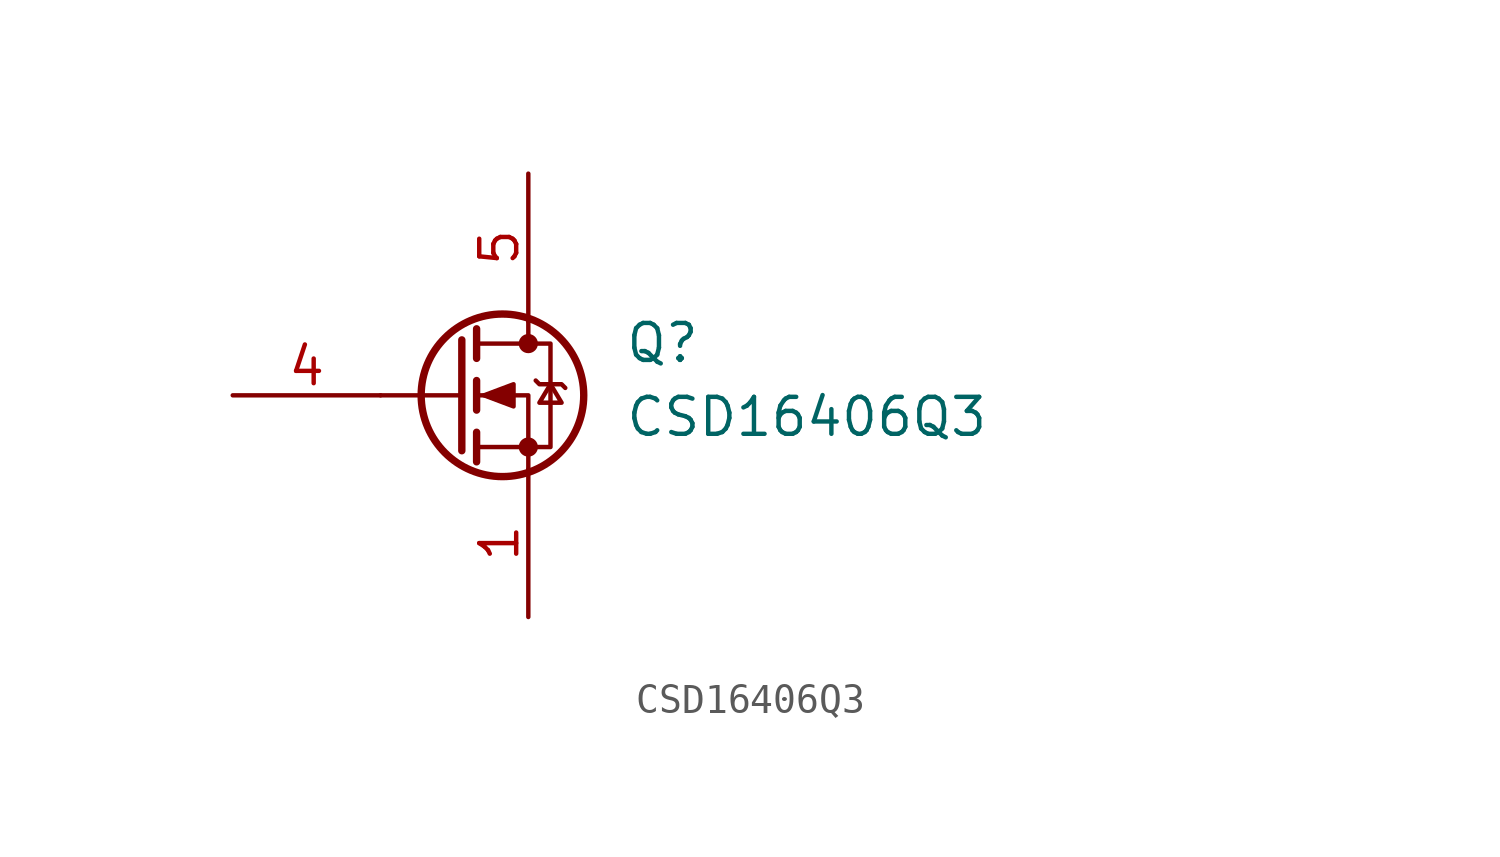
<source format=kicad_sym>
(kicad_symbol_lib
  (version 20241209)
  (generator "kicad_symbol_editor")
  (generator_version "9.0")
  (symbol "CSD16406Q3"
    (property "Reference" "Q"
      (at 3.302 2.54 0)
      (effects (font (size 1.27 1.27)) (justify left top)))
    (property "Value" "CSD16406Q3"
      (at 3.302 0 0)
      (effects (font (size 1.27 1.27)) (justify left top)))
    (symbol "CSD16406Q3_0_1"
      (polyline (pts (xy -2.286 1.905) (xy -2.286 -1.905)) (stroke (width 0.254) (type default)) (fill (type none)))
      (polyline (pts (xy -2.286 0) (xy -5.08 0)) (stroke (width 0) (type default)) (fill (type none)))
      (polyline (pts (xy -1.778 2.286) (xy -1.778 1.27)) (stroke (width 0.254) (type default)) (fill (type none)))
      (polyline (pts (xy -1.778 0.508) (xy -1.778 -0.508)) (stroke (width 0.254) (type default)) (fill (type none)))
      (polyline (pts (xy -1.778 -1.27) (xy -1.778 -2.286)) (stroke (width 0.254) (type default)) (fill (type none)))
      (polyline (pts (xy -1.778 -1.778) (xy 0.762 -1.778) (xy 0.762 1.778) (xy -1.778 1.778)) (stroke (width 0) (type default)) (fill (type none)))
      (circle (center -0.889 0) (radius 2.794) (stroke (width 0.254) (type default)) (fill (type none)))
      (polyline (pts (xy 0 2.54) (xy 0 1.778)) (stroke (width 0) (type default)) (fill (type none)))
      (circle (center 0 1.778) (radius 0.254) (stroke (width 0) (type default)) (fill (type outline)))
      (circle (center 0 -1.778) (radius 0.254) (stroke (width 0) (type default)) (fill (type outline)))
      (polyline (pts (xy 0 -2.54) (xy 0 0) (xy -1.778 0)) (stroke (width 0) (type default)) (fill (type none))))
    (symbol "CSD16406Q3_1_1"
      (polyline (pts (xy -1.524 0) (xy -0.508 0.381) (xy -0.508 -0.381) (xy -1.524 0)) (stroke (width 0) (type default)) (fill (type outline)))
      (polyline (pts (xy 0.254 0.508) (xy 0.381 0.381) (xy 1.143 0.381) (xy 1.27 0.254)) (stroke (width 0) (type default)) (fill (type none)))
      (polyline (pts (xy 0.762 0.381) (xy 0.381 -0.254) (xy 1.143 -0.254) (xy 0.762 0.381)) (stroke (width 0) (type default)) (fill (type none)))
      (pin passive line (at -10.16 0 0) (length 5.08) (name "" (effects (font (size 1.27 1.27)))) (number "4" (effects (font (size 1.27 1.27)))))
      (pin passive line (at 0 7.62 270) (length 5.08) (name "" (effects (font (size 1.27 1.27)))) (number "5" (effects (font (size 1.27 1.27)))))
      (pin passive line (at 0 -7.62 90) (length 5.08) (name "" (effects (font (size 1.27 1.27)))) (number "1" (effects (font (size 1.27 1.27)))))
      (pin passive line (at 0 -7.62 90) (length 5.08) (hide yes) (name "S_2" (effects (font (size 1.27 1.27)))) (number "2" (effects (font (size 1.27 1.27)))))
      (pin passive line (at 0 -7.62 90) (length 5.08) (hide yes) (name "S_3" (effects (font (size 1.27 1.27)))) (number "3" (effects (font (size 1.27 1.27)))))
      (pin passive line (at 25.4 0 180) (length 5.08) (hide yes) (name "D_2" (effects (font (size 1.27 1.27)))) (number "6" (effects (font (size 1.27 1.27)))))
      (pin passive line (at 25.4 0 180) (length 5.08) (hide yes) (name "D_3" (effects (font (size 1.27 1.27)))) (number "7" (effects (font (size 1.27 1.27)))))
      (pin passive line (at 25.4 0 180) (length 5.08) (hide yes) (name "D_4" (effects (font (size 1.27 1.27)))) (number "8" (effects (font (size 1.27 1.27))))))))
</source>
